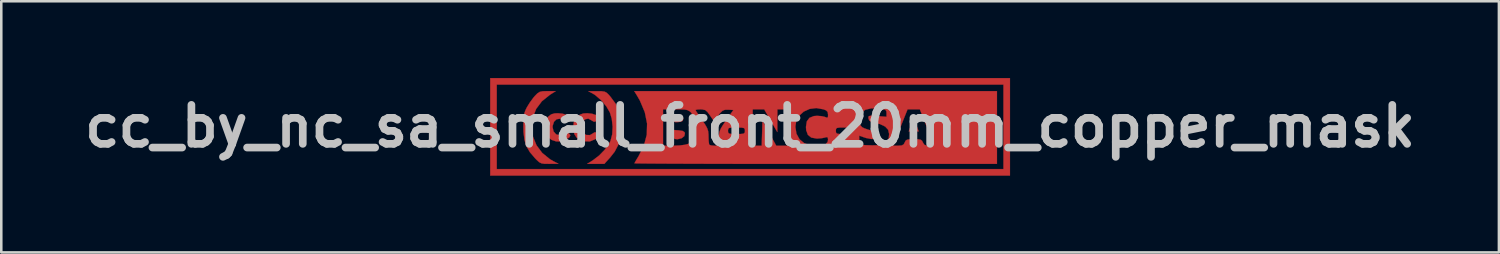
<source format=kicad_pcb>
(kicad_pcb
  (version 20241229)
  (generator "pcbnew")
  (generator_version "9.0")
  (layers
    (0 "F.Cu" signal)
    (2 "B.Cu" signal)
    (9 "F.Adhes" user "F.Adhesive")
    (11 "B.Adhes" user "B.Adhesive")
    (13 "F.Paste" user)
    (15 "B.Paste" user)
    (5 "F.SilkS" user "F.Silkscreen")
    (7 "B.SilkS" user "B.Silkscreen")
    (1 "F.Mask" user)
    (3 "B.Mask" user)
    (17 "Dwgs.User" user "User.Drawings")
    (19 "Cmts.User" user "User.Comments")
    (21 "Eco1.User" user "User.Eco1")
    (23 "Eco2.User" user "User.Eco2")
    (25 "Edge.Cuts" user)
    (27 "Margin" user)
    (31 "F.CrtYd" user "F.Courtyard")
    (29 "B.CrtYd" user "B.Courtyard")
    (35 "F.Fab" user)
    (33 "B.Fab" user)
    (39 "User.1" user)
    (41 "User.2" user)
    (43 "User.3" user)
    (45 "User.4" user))
  (footprint "cc_by_nc_sa_small_front_20mm_copper_mask"
    (layer "F.Cu")
    (at 26.278 1.885)
    (property "Reference" "cc_by_nc_sa_small_front_20mm_copper_mask" (at 0 0 0) (layer "Dwgs.User") (effects (font (size 1.524 1.524) (thickness 0.3))))
    (attr smd board_only exclude_from_bom)
    (fp_poly (pts (xy 6.429 -0.211) (xy 6.48 -0.1) (xy 6.509 -0.025) (xy 6.591 0.203) (xy 6.204 0.203) (xy 6.282 -0.025) (xy 6.334 -0.159) (xy 6.378 -0.242) (xy 6.393 -0.254) (xy 6.429 -0.211)) (stroke (width 0.01) (type solid)) (fill yes) (layer "F.Cu"))
    (fp_poly (pts (xy 10.16 1.93) (xy -10.16 1.93) (xy -10.16 -1.626) (xy -9.906 -1.626) (xy -9.906 1.676) (xy 9.906 1.676) (xy 9.906 -1.626) (xy -9.906 -1.626) (xy -10.16 -1.626) (xy -10.16 -1.88) (xy 10.16 -1.88) (xy 10.16 1.93)) (stroke (width 0.01) (type solid)) (fill yes) (layer "F.Cu"))
    (fp_poly (pts (xy -2.782 0.162) (xy -2.635 0.185) (xy -2.564 0.232) (xy -2.548 0.276) (xy -2.572 0.386) (xy -2.674 0.469) (xy -2.829 0.507) (xy -2.855 0.508) (xy -2.95 0.497) (xy -2.99 0.445) (xy -2.997 0.327) (xy -2.997 0.147) (xy -2.782 0.162)) (stroke (width 0.01) (type solid)) (fill yes) (layer "F.Cu"))
    (fp_poly (pts (xy -2.823 -0.398) (xy -2.807 -0.397) (xy -2.677 -0.374) (xy -2.623 -0.326) (xy -2.616 -0.279) (xy -2.638 -0.208) (xy -2.721 -0.173) (xy -2.807 -0.162) (xy -2.931 -0.158) (xy -2.985 -0.188) (xy -2.997 -0.268) (xy -2.997 -0.279) (xy -2.988 -0.366) (xy -2.939 -0.399) (xy -2.823 -0.398)) (stroke (width 0.01) (type solid)) (fill yes) (layer "F.Cu"))
    (fp_poly (pts (xy -5.803 -1.368) (xy -5.686 -1.351) (xy -5.601 -1.304) (xy -5.512 -1.214) (xy -5.465 -1.16) (xy -5.263 -0.888) (xy -5.133 -0.616) (xy -5.062 -0.308) (xy -5.039 -0.052) (xy -5.052 0.346) (xy -5.133 0.687) (xy -5.293 0.994) (xy -5.468 1.217) (xy -5.699 1.473) (xy -6.37 1.473) (xy -6.144 1.329) (xy -5.901 1.143) (xy -5.681 0.916) (xy -5.513 0.68) (xy -5.458 0.573) (xy -5.391 0.317) (xy -5.375 0.015) (xy -5.408 -0.289) (xy -5.482 -0.538) (xy -5.622 -0.778) (xy -5.822 -1.014) (xy -6.047 -1.21) (xy -6.172 -1.288) (xy -6.325 -1.368) (xy -5.986 -1.37) (xy -5.803 -1.368)) (stroke (width 0.01) (type solid)) (fill yes) (layer "F.Cu"))
    (fp_poly (pts (xy -7.827 -1.228) (xy -8.14 -0.977) (xy -8.365 -0.677) (xy -8.499 -0.334) (xy -8.541 0.023) (xy -8.492 0.4) (xy -8.352 0.744) (xy -8.127 1.045) (xy -7.825 1.29) (xy -7.696 1.364) (xy -7.493 1.469) (xy -7.845 1.471) (xy -8.032 1.47) (xy -8.153 1.453) (xy -8.245 1.408) (xy -8.342 1.32) (xy -8.408 1.252) (xy -8.61 1.015) (xy -8.746 0.782) (xy -8.825 0.526) (xy -8.86 0.216) (xy -8.864 0.025) (xy -8.861 -0.22) (xy -8.848 -0.394) (xy -8.821 -0.526) (xy -8.773 -0.648) (xy -8.729 -0.737) (xy -8.614 -0.924) (xy -8.478 -1.11) (xy -8.418 -1.181) (xy -8.314 -1.286) (xy -8.224 -1.343) (xy -8.112 -1.367) (xy -7.938 -1.372) (xy -7.921 -1.372) (xy -7.6 -1.372) (xy -7.827 -1.228)) (stroke (width 0.01) (type solid)) (fill yes) (layer "F.Cu"))
    (fp_poly (pts (xy -7.33 -0.489) (xy -7.168 -0.439) (xy -7.052 -0.371) (xy -7.01 -0.301) (xy -7.05 -0.246) (xy -7.116 -0.201) (xy -7.22 -0.173) (xy -7.311 -0.225) (xy -7.442 -0.292) (xy -7.567 -0.272) (xy -7.666 -0.177) (xy -7.718 -0.021) (xy -7.722 0.038) (xy -7.684 0.204) (xy -7.587 0.315) (xy -7.456 0.356) (xy -7.314 0.317) (xy -7.265 0.28) (xy -7.184 0.231) (xy -7.103 0.262) (xy -7.088 0.272) (xy -7.027 0.354) (xy -7.067 0.437) (xy -7.208 0.523) (xy -7.244 0.539) (xy -7.426 0.597) (xy -7.583 0.594) (xy -7.762 0.533) (xy -7.924 0.413) (xy -8.023 0.236) (xy -8.055 0.031) (xy -8.016 -0.178) (xy -7.903 -0.363) (xy -7.887 -0.379) (xy -7.777 -0.464) (xy -7.644 -0.502) (xy -7.51 -0.508) (xy -7.33 -0.489)) (stroke (width 0.01) (type solid)) (fill yes) (layer "F.Cu"))
    (fp_poly (pts (xy -6.181 -0.488) (xy -6.023 -0.436) (xy -5.919 -0.363) (xy -5.893 -0.304) (xy -5.932 -0.247) (xy -5.999 -0.201) (xy -6.103 -0.173) (xy -6.193 -0.225) (xy -6.326 -0.298) (xy -6.448 -0.271) (xy -6.525 -0.192) (xy -6.592 -0.031) (xy -6.593 0.138) (xy -6.528 0.272) (xy -6.524 0.276) (xy -6.399 0.344) (xy -6.258 0.345) (xy -6.148 0.28) (xy -6.069 0.233) (xy -5.989 0.257) (xy -5.907 0.323) (xy -5.915 0.395) (xy -6.017 0.483) (xy -6.058 0.509) (xy -6.265 0.594) (xy -6.477 0.59) (xy -6.638 0.536) (xy -6.788 0.441) (xy -6.874 0.303) (xy -6.907 0.1) (xy -6.909 0.025) (xy -6.895 -0.146) (xy -6.839 -0.27) (xy -6.76 -0.36) (xy -6.644 -0.456) (xy -6.52 -0.499) (xy -6.365 -0.508) (xy -6.181 -0.488)) (stroke (width 0.01) (type solid)) (fill yes) (layer "F.Cu"))
    (fp_poly (pts (xy 9.652 1.473) (xy 2.565 1.473) (xy 1.726 1.473) (xy 0.914 1.473) (xy 0.137 1.472) (xy -0.601 1.471) (xy -1.293 1.469) (xy -1.933 1.468) (xy -2.517 1.466) (xy -3.037 1.464) (xy -3.489 1.462) (xy -3.867 1.459) (xy -4.164 1.457) (xy -4.375 1.454) (xy -4.495 1.452) (xy -4.521 1.45) (xy -4.496 1.397) (xy -4.432 1.287) (xy -4.367 1.183) (xy -4.153 0.761) (xy -4.04 0.333) (xy -4.028 -0.104) (xy -4.117 -0.548) (xy -4.165 -0.66) (xy -3.404 -0.66) (xy -3.404 0.762) (xy -2.996 0.762) (xy -2.755 0.752) (xy -2.547 0.725) (xy -2.415 0.69) (xy -2.243 0.578) (xy -2.15 0.43) (xy -2.143 0.266) (xy -2.226 0.108) (xy -2.248 0.085) (xy -2.323 0.003) (xy -2.327 -0.053) (xy -2.273 -0.115) (xy -2.194 -0.252) (xy -2.213 -0.402) (xy -2.309 -0.536) (xy -2.376 -0.594) (xy -2.449 -0.631) (xy -2.461 -0.633) (xy -2.134 -0.633) (xy -2.106 -0.582) (xy -2.033 -0.469) (xy -1.929 -0.314) (xy -1.88 -0.244) (xy -1.754 -0.06) (xy -1.679 0.075) (xy -1.64 0.191) (xy -1.627 0.321) (xy -1.626 0.406) (xy -1.62 0.569) (xy -1.606 0.688) (xy -1.592 0.728) (xy -1.522 0.751) (xy -1.399 0.762) (xy -1.389 0.762) (xy -1.219 0.762) (xy -1.219 0.469) (xy -1.215 0.325) (xy -1.195 0.21) (xy -1.181 0.178) (xy -0.864 0.178) (xy -0.858 0.246) (xy -0.825 0.284) (xy -0.743 0.301) (xy -0.587 0.305) (xy -0.533 0.305) (xy -0.356 0.303) (xy -0.257 0.29) (xy -0.214 0.258) (xy -0.203 0.199) (xy -0.203 0.178) (xy -0.209 0.11) (xy -0.242 0.072) (xy -0.324 0.055) (xy -0.479 0.051) (xy -0.533 0.051) (xy -0.711 0.053) (xy -0.81 0.066) (xy -0.853 0.097) (xy -0.863 0.157) (xy -0.864 0.178) (xy -1.181 0.178) (xy -1.147 0.095) (xy -1.061 -0.048) (xy -0.937 -0.23) (xy -0.654 -0.635) (xy -0.847 -0.651) (xy -0.976 -0.648) (xy -1.081 -0.603) (xy -1.187 -0.5) (xy -1.314 -0.323) (xy -1.325 -0.307) (xy -1.405 -0.185) (xy -1.568 -0.423) (xy -1.67 -0.56) (xy -1.753 -0.631) (xy -1.849 -0.657) (xy -1.933 -0.66) (xy 0.102 -0.66) (xy 0.102 0.762) (xy 0.454 0.762) (xy 0.483 -0.218) (xy 1.023 0.762) (xy 1.473 0.762) (xy 5.589 0.762) (xy 5.793 0.762) (xy 5.933 0.751) (xy 6.008 0.706) (xy 6.045 0.635) (xy 6.081 0.564) (xy 6.14 0.526) (xy 6.249 0.511) (xy 6.401 0.508) (xy 6.574 0.512) (xy 6.673 0.53) (xy 6.726 0.572) (xy 6.756 0.635) (xy 6.813 0.725) (xy 6.912 0.759) (xy 6.984 0.762) (xy 7.102 0.75) (xy 7.161 0.72) (xy 7.163 0.713) (xy 7.145 0.651) (xy 7.096 0.512) (xy 7.023 0.317) (xy 6.932 0.082) (xy 6.9 0.002) (xy 6.637 -0.66) (xy 6.157 -0.66) (xy 5.969 -0.191) (xy 5.875 0.044) (xy 5.784 0.272) (xy 5.709 0.459) (xy 5.685 0.521) (xy 5.589 0.762) (xy 1.473 0.762) (xy 1.473 0.019) (xy 1.77 0.019) (xy 1.812 0.291) (xy 1.933 0.512) (xy 2.125 0.668) (xy 2.135 0.673) (xy 2.304 0.728) (xy 2.516 0.757) (xy 2.729 0.758) (xy 2.902 0.729) (xy 2.95 0.709) (xy 3.03 0.616) (xy 3.048 0.528) (xy 3.036 0.438) (xy 2.98 0.426) (xy 2.934 0.441) (xy 2.81 0.467) (xy 2.645 0.481) (xy 2.598 0.481) (xy 2.393 0.445) (xy 2.259 0.337) (xy 2.201 0.178) (xy 3.353 0.178) (xy 3.359 0.248) (xy 3.395 0.286) (xy 3.482 0.302) (xy 3.647 0.305) (xy 3.658 0.305) (xy 3.827 0.302) (xy 3.918 0.287) (xy 3.955 0.251) (xy 3.962 0.182) (xy 3.962 0.178) (xy 3.956 0.107) (xy 3.921 0.069) (xy 3.833 0.054) (xy 3.668 0.051) (xy 3.658 0.051) (xy 3.489 0.053) (xy 3.397 0.068) (xy 3.36 0.105) (xy 3.353 0.173) (xy 3.353 0.178) (xy 2.201 0.178) (xy 2.193 0.154) (xy 2.184 0.029) (xy 2.217 -0.186) (xy 2.25 -0.231) (xy 4.249 -0.231) (xy 4.298 -0.055) (xy 4.377 0.036) (xy 4.462 0.08) (xy 4.609 0.132) (xy 4.725 0.164) (xy 4.91 0.225) (xy 5.005 0.291) (xy 5.021 0.327) (xy 5.002 0.431) (xy 4.905 0.49) (xy 4.745 0.501) (xy 4.537 0.461) (xy 4.458 0.436) (xy 4.267 0.368) (xy 4.267 0.536) (xy 4.275 0.629) (xy 4.309 0.69) (xy 4.388 0.726) (xy 4.53 0.745) (xy 4.754 0.754) (xy 4.79 0.755) (xy 5.002 0.745) (xy 5.177 0.709) (xy 5.229 0.688) (xy 5.358 0.594) (xy 5.421 0.465) (xy 5.436 0.301) (xy 5.398 0.14) (xy 5.281 0.013) (xy 5.078 -0.084) (xy 4.782 -0.156) (xy 4.75 -0.162) (xy 4.659 -0.223) (xy 4.631 -0.3) (xy 4.626 -0.362) (xy 4.648 -0.396) (xy 4.718 -0.408) (xy 4.857 -0.403) (xy 4.974 -0.395) (xy 5.334 -0.369) (xy 5.334 -0.511) (xy 5.327 -0.593) (xy 5.289 -0.64) (xy 5.196 -0.668) (xy 5.049 -0.689) (xy 4.74 -0.699) (xy 4.504 -0.644) (xy 4.344 -0.524) (xy 4.289 -0.431) (xy 4.249 -0.231) (xy 2.25 -0.231) (xy 2.319 -0.326) (xy 2.493 -0.397) (xy 2.622 -0.406) (xy 2.785 -0.395) (xy 2.919 -0.366) (xy 2.95 -0.354) (xy 3.019 -0.329) (xy 3.045 -0.373) (xy 3.048 -0.451) (xy 3.032 -0.558) (xy 2.967 -0.622) (xy 2.864 -0.662) (xy 2.588 -0.71) (xy 2.327 -0.676) (xy 2.098 -0.572) (xy 1.917 -0.408) (xy 1.803 -0.194) (xy 1.77 0.019) (xy 1.473 0.019) (xy 1.473 -0.66) (xy 1.067 -0.66) (xy 1.066 -0.216) (xy 1.064 0.229) (xy 0.807 -0.216) (xy 0.551 -0.66) (xy 0.326 -0.66) (xy 0.102 -0.66) (xy -1.933 -0.66) (xy -2.059 -0.654) (xy -2.129 -0.639) (xy -2.134 -0.633) (xy -2.461 -0.633) (xy -2.555 -0.651) (xy -2.717 -0.659) (xy -2.919 -0.66) (xy -3.404 -0.66) (xy -4.165 -0.66) (xy -4.308 -1) (xy -4.417 -1.19) (xy -4.529 -1.372) (xy 9.652 -1.372) (xy 9.652 1.473)) (stroke (width 0.01) (type solid)) (fill yes) (layer "F.Cu"))
    (fp_poly (pts (xy 6.429 -0.211) (xy 6.48 -0.1) (xy 6.509 -0.025) (xy 6.591 0.203) (xy 6.204 0.203) (xy 6.282 -0.025) (xy 6.334 -0.159) (xy 6.378 -0.242) (xy 6.393 -0.254) (xy 6.429 -0.211)) (stroke (width 0.01) (type solid)) (fill yes) (layer "F.Mask"))
    (fp_poly (pts (xy 10.16 1.93) (xy -10.16 1.93) (xy -10.16 -1.626) (xy -9.906 -1.626) (xy -9.906 1.676) (xy 9.906 1.676) (xy 9.906 -1.626) (xy -9.906 -1.626) (xy -10.16 -1.626) (xy -10.16 -1.88) (xy 10.16 -1.88) (xy 10.16 1.93)) (stroke (width 0.01) (type solid)) (fill yes) (layer "F.Mask"))
    (fp_poly (pts (xy -2.782 0.162) (xy -2.635 0.185) (xy -2.564 0.232) (xy -2.548 0.276) (xy -2.572 0.386) (xy -2.674 0.469) (xy -2.829 0.507) (xy -2.855 0.508) (xy -2.95 0.497) (xy -2.99 0.445) (xy -2.997 0.327) (xy -2.997 0.147) (xy -2.782 0.162)) (stroke (width 0.01) (type solid)) (fill yes) (layer "F.Mask"))
    (fp_poly (pts (xy -2.823 -0.398) (xy -2.807 -0.397) (xy -2.677 -0.374) (xy -2.623 -0.326) (xy -2.616 -0.279) (xy -2.638 -0.208) (xy -2.721 -0.173) (xy -2.807 -0.162) (xy -2.931 -0.158) (xy -2.985 -0.188) (xy -2.997 -0.268) (xy -2.997 -0.279) (xy -2.988 -0.366) (xy -2.939 -0.399) (xy -2.823 -0.398)) (stroke (width 0.01) (type solid)) (fill yes) (layer "F.Mask"))
    (fp_poly (pts (xy -5.803 -1.368) (xy -5.686 -1.351) (xy -5.601 -1.304) (xy -5.512 -1.214) (xy -5.465 -1.16) (xy -5.263 -0.888) (xy -5.133 -0.616) (xy -5.062 -0.308) (xy -5.039 -0.052) (xy -5.052 0.346) (xy -5.133 0.687) (xy -5.293 0.994) (xy -5.468 1.217) (xy -5.699 1.473) (xy -6.37 1.473) (xy -6.144 1.329) (xy -5.901 1.143) (xy -5.681 0.916) (xy -5.513 0.68) (xy -5.458 0.573) (xy -5.391 0.317) (xy -5.375 0.015) (xy -5.408 -0.289) (xy -5.482 -0.538) (xy -5.622 -0.778) (xy -5.822 -1.014) (xy -6.047 -1.21) (xy -6.172 -1.288) (xy -6.325 -1.368) (xy -5.986 -1.37) (xy -5.803 -1.368)) (stroke (width 0.01) (type solid)) (fill yes) (layer "F.Mask"))
    (fp_poly (pts (xy -7.827 -1.228) (xy -8.14 -0.977) (xy -8.365 -0.677) (xy -8.499 -0.334) (xy -8.541 0.023) (xy -8.492 0.4) (xy -8.352 0.744) (xy -8.127 1.045) (xy -7.825 1.29) (xy -7.696 1.364) (xy -7.493 1.469) (xy -7.845 1.471) (xy -8.032 1.47) (xy -8.153 1.453) (xy -8.245 1.408) (xy -8.342 1.32) (xy -8.408 1.252) (xy -8.61 1.015) (xy -8.746 0.782) (xy -8.825 0.526) (xy -8.86 0.216) (xy -8.864 0.025) (xy -8.861 -0.22) (xy -8.848 -0.394) (xy -8.821 -0.526) (xy -8.773 -0.648) (xy -8.729 -0.737) (xy -8.614 -0.924) (xy -8.478 -1.11) (xy -8.418 -1.181) (xy -8.314 -1.286) (xy -8.224 -1.343) (xy -8.112 -1.367) (xy -7.938 -1.372) (xy -7.921 -1.372) (xy -7.6 -1.372) (xy -7.827 -1.228)) (stroke (width 0.01) (type solid)) (fill yes) (layer "F.Mask"))
    (fp_poly (pts (xy -7.33 -0.489) (xy -7.168 -0.439) (xy -7.052 -0.371) (xy -7.01 -0.301) (xy -7.05 -0.246) (xy -7.116 -0.201) (xy -7.22 -0.173) (xy -7.311 -0.225) (xy -7.442 -0.292) (xy -7.567 -0.272) (xy -7.666 -0.177) (xy -7.718 -0.021) (xy -7.722 0.038) (xy -7.684 0.204) (xy -7.587 0.315) (xy -7.456 0.356) (xy -7.314 0.317) (xy -7.265 0.28) (xy -7.184 0.231) (xy -7.103 0.262) (xy -7.088 0.272) (xy -7.027 0.354) (xy -7.067 0.437) (xy -7.208 0.523) (xy -7.244 0.539) (xy -7.426 0.597) (xy -7.583 0.594) (xy -7.762 0.533) (xy -7.924 0.413) (xy -8.023 0.236) (xy -8.055 0.031) (xy -8.016 -0.178) (xy -7.903 -0.363) (xy -7.887 -0.379) (xy -7.777 -0.464) (xy -7.644 -0.502) (xy -7.51 -0.508) (xy -7.33 -0.489)) (stroke (width 0.01) (type solid)) (fill yes) (layer "F.Mask"))
    (fp_poly (pts (xy -6.181 -0.488) (xy -6.023 -0.436) (xy -5.919 -0.363) (xy -5.893 -0.304) (xy -5.932 -0.247) (xy -5.999 -0.201) (xy -6.103 -0.173) (xy -6.193 -0.225) (xy -6.326 -0.298) (xy -6.448 -0.271) (xy -6.525 -0.192) (xy -6.592 -0.031) (xy -6.593 0.138) (xy -6.528 0.272) (xy -6.524 0.276) (xy -6.399 0.344) (xy -6.258 0.345) (xy -6.148 0.28) (xy -6.069 0.233) (xy -5.989 0.257) (xy -5.907 0.323) (xy -5.915 0.395) (xy -6.017 0.483) (xy -6.058 0.509) (xy -6.265 0.594) (xy -6.477 0.59) (xy -6.638 0.536) (xy -6.788 0.441) (xy -6.874 0.303) (xy -6.907 0.1) (xy -6.909 0.025) (xy -6.895 -0.146) (xy -6.839 -0.27) (xy -6.76 -0.36) (xy -6.644 -0.456) (xy -6.52 -0.499) (xy -6.365 -0.508) (xy -6.181 -0.488)) (stroke (width 0.01) (type solid)) (fill yes) (layer "F.Mask"))
    (fp_poly (pts (xy 9.652 1.473) (xy 2.565 1.473) (xy 1.726 1.473) (xy 0.914 1.473) (xy 0.137 1.472) (xy -0.601 1.471) (xy -1.293 1.469) (xy -1.933 1.468) (xy -2.517 1.466) (xy -3.037 1.464) (xy -3.489 1.462) (xy -3.867 1.459) (xy -4.164 1.457) (xy -4.375 1.454) (xy -4.495 1.452) (xy -4.521 1.45) (xy -4.496 1.397) (xy -4.432 1.287) (xy -4.367 1.183) (xy -4.153 0.761) (xy -4.04 0.333) (xy -4.028 -0.104) (xy -4.117 -0.548) (xy -4.165 -0.66) (xy -3.404 -0.66) (xy -3.404 0.762) (xy -2.996 0.762) (xy -2.755 0.752) (xy -2.547 0.725) (xy -2.415 0.69) (xy -2.243 0.578) (xy -2.15 0.43) (xy -2.143 0.266) (xy -2.226 0.108) (xy -2.248 0.085) (xy -2.323 0.003) (xy -2.327 -0.053) (xy -2.273 -0.115) (xy -2.194 -0.252) (xy -2.213 -0.402) (xy -2.309 -0.536) (xy -2.376 -0.594) (xy -2.449 -0.631) (xy -2.461 -0.633) (xy -2.134 -0.633) (xy -2.106 -0.582) (xy -2.033 -0.469) (xy -1.929 -0.314) (xy -1.88 -0.244) (xy -1.754 -0.06) (xy -1.679 0.075) (xy -1.64 0.191) (xy -1.627 0.321) (xy -1.626 0.406) (xy -1.62 0.569) (xy -1.606 0.688) (xy -1.592 0.728) (xy -1.522 0.751) (xy -1.399 0.762) (xy -1.389 0.762) (xy -1.219 0.762) (xy -1.219 0.469) (xy -1.215 0.325) (xy -1.195 0.21) (xy -1.181 0.178) (xy -0.864 0.178) (xy -0.858 0.246) (xy -0.825 0.284) (xy -0.743 0.301) (xy -0.587 0.305) (xy -0.533 0.305) (xy -0.356 0.303) (xy -0.257 0.29) (xy -0.214 0.258) (xy -0.203 0.199) (xy -0.203 0.178) (xy -0.209 0.11) (xy -0.242 0.072) (xy -0.324 0.055) (xy -0.479 0.051) (xy -0.533 0.051) (xy -0.711 0.053) (xy -0.81 0.066) (xy -0.853 0.097) (xy -0.863 0.157) (xy -0.864 0.178) (xy -1.181 0.178) (xy -1.147 0.095) (xy -1.061 -0.048) (xy -0.937 -0.23) (xy -0.654 -0.635) (xy -0.847 -0.651) (xy -0.976 -0.648) (xy -1.081 -0.603) (xy -1.187 -0.5) (xy -1.314 -0.323) (xy -1.325 -0.307) (xy -1.405 -0.185) (xy -1.568 -0.423) (xy -1.67 -0.56) (xy -1.753 -0.631) (xy -1.849 -0.657) (xy -1.933 -0.66) (xy 0.102 -0.66) (xy 0.102 0.762) (xy 0.454 0.762) (xy 0.483 -0.218) (xy 1.023 0.762) (xy 1.473 0.762) (xy 5.589 0.762) (xy 5.793 0.762) (xy 5.933 0.751) (xy 6.008 0.706) (xy 6.045 0.635) (xy 6.081 0.564) (xy 6.14 0.526) (xy 6.249 0.511) (xy 6.401 0.508) (xy 6.574 0.512) (xy 6.673 0.53) (xy 6.726 0.572) (xy 6.756 0.635) (xy 6.813 0.725) (xy 6.912 0.759) (xy 6.984 0.762) (xy 7.102 0.75) (xy 7.161 0.72) (xy 7.163 0.713) (xy 7.145 0.651) (xy 7.096 0.512) (xy 7.023 0.317) (xy 6.932 0.082) (xy 6.9 0.002) (xy 6.637 -0.66) (xy 6.157 -0.66) (xy 5.969 -0.191) (xy 5.875 0.044) (xy 5.784 0.272) (xy 5.709 0.459) (xy 5.685 0.521) (xy 5.589 0.762) (xy 1.473 0.762) (xy 1.473 0.019) (xy 1.77 0.019) (xy 1.812 0.291) (xy 1.933 0.512) (xy 2.125 0.668) (xy 2.135 0.673) (xy 2.304 0.728) (xy 2.516 0.757) (xy 2.729 0.758) (xy 2.902 0.729) (xy 2.95 0.709) (xy 3.03 0.616) (xy 3.048 0.528) (xy 3.036 0.438) (xy 2.98 0.426) (xy 2.934 0.441) (xy 2.81 0.467) (xy 2.645 0.481) (xy 2.598 0.481) (xy 2.393 0.445) (xy 2.259 0.337) (xy 2.201 0.178) (xy 3.353 0.178) (xy 3.359 0.248) (xy 3.395 0.286) (xy 3.482 0.302) (xy 3.647 0.305) (xy 3.658 0.305) (xy 3.827 0.302) (xy 3.918 0.287) (xy 3.955 0.251) (xy 3.962 0.182) (xy 3.962 0.178) (xy 3.956 0.107) (xy 3.921 0.069) (xy 3.833 0.054) (xy 3.668 0.051) (xy 3.658 0.051) (xy 3.489 0.053) (xy 3.397 0.068) (xy 3.36 0.105) (xy 3.353 0.173) (xy 3.353 0.178) (xy 2.201 0.178) (xy 2.193 0.154) (xy 2.184 0.029) (xy 2.217 -0.186) (xy 2.25 -0.231) (xy 4.249 -0.231) (xy 4.298 -0.055) (xy 4.377 0.036) (xy 4.462 0.08) (xy 4.609 0.132) (xy 4.725 0.164) (xy 4.91 0.225) (xy 5.005 0.291) (xy 5.021 0.327) (xy 5.002 0.431) (xy 4.905 0.49) (xy 4.745 0.501) (xy 4.537 0.461) (xy 4.458 0.436) (xy 4.267 0.368) (xy 4.267 0.536) (xy 4.275 0.629) (xy 4.309 0.69) (xy 4.388 0.726) (xy 4.53 0.745) (xy 4.754 0.754) (xy 4.79 0.755) (xy 5.002 0.745) (xy 5.177 0.709) (xy 5.229 0.688) (xy 5.358 0.594) (xy 5.421 0.465) (xy 5.436 0.301) (xy 5.398 0.14) (xy 5.281 0.013) (xy 5.078 -0.084) (xy 4.782 -0.156) (xy 4.75 -0.162) (xy 4.659 -0.223) (xy 4.631 -0.3) (xy 4.626 -0.362) (xy 4.648 -0.396) (xy 4.718 -0.408) (xy 4.857 -0.403) (xy 4.974 -0.395) (xy 5.334 -0.369) (xy 5.334 -0.511) (xy 5.327 -0.593) (xy 5.289 -0.64) (xy 5.196 -0.668) (xy 5.049 -0.689) (xy 4.74 -0.699) (xy 4.504 -0.644) (xy 4.344 -0.524) (xy 4.289 -0.431) (xy 4.249 -0.231) (xy 2.25 -0.231) (xy 2.319 -0.326) (xy 2.493 -0.397) (xy 2.622 -0.406) (xy 2.785 -0.395) (xy 2.919 -0.366) (xy 2.95 -0.354) (xy 3.019 -0.329) (xy 3.045 -0.373) (xy 3.048 -0.451) (xy 3.032 -0.558) (xy 2.967 -0.622) (xy 2.864 -0.662) (xy 2.588 -0.71) (xy 2.327 -0.676) (xy 2.098 -0.572) (xy 1.917 -0.408) (xy 1.803 -0.194) (xy 1.77 0.019) (xy 1.473 0.019) (xy 1.473 -0.66) (xy 1.067 -0.66) (xy 1.066 -0.216) (xy 1.064 0.229) (xy 0.807 -0.216) (xy 0.551 -0.66) (xy 0.326 -0.66) (xy 0.102 -0.66) (xy -1.933 -0.66) (xy -2.059 -0.654) (xy -2.129 -0.639) (xy -2.134 -0.633) (xy -2.461 -0.633) (xy -2.555 -0.651) (xy -2.717 -0.659) (xy -2.919 -0.66) (xy -3.404 -0.66) (xy -4.165 -0.66) (xy -4.308 -1) (xy -4.417 -1.19) (xy -4.529 -1.372) (xy 9.652 -1.372) (xy 9.652 1.473)) (stroke (width 0.01) (type solid)) (fill yes) (layer "F.Mask")))
  (gr_rect
    (start -3 -3)
    (end 55.556 6.82)
    (stroke (width 0.1) (type default))
    (fill no)
    (layer "Edge.Cuts")))
</source>
